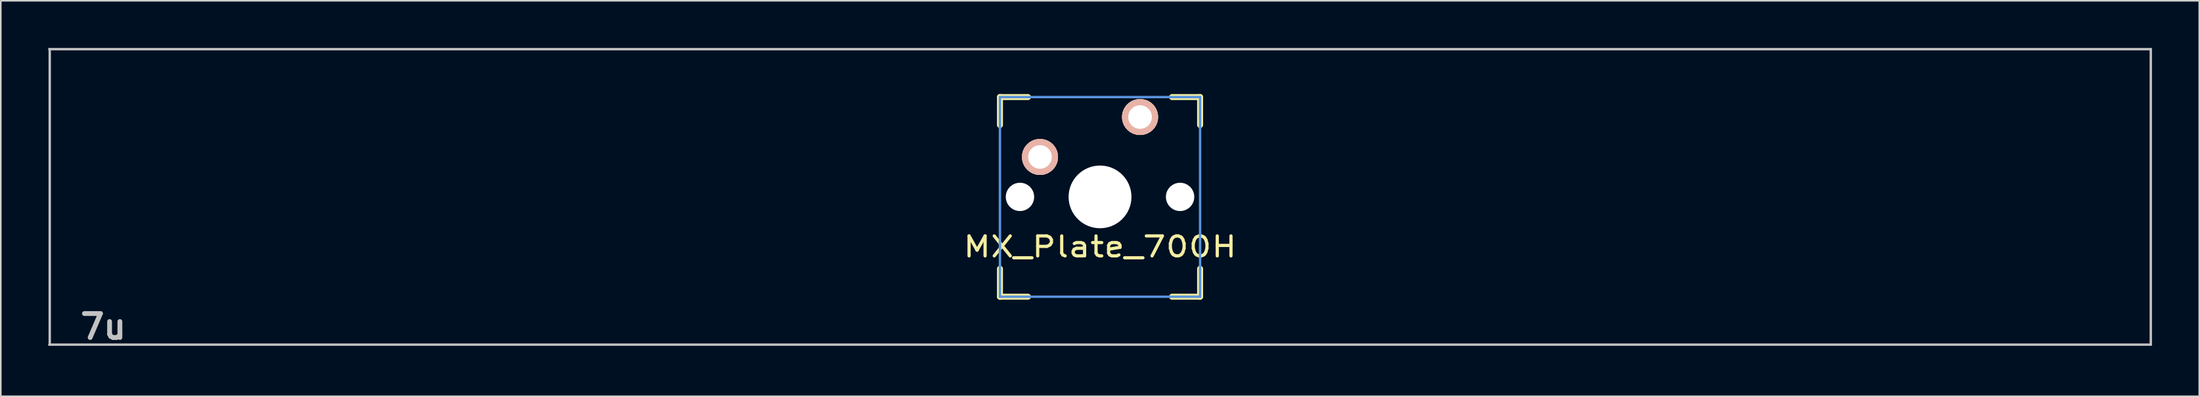
<source format=kicad_pcb>
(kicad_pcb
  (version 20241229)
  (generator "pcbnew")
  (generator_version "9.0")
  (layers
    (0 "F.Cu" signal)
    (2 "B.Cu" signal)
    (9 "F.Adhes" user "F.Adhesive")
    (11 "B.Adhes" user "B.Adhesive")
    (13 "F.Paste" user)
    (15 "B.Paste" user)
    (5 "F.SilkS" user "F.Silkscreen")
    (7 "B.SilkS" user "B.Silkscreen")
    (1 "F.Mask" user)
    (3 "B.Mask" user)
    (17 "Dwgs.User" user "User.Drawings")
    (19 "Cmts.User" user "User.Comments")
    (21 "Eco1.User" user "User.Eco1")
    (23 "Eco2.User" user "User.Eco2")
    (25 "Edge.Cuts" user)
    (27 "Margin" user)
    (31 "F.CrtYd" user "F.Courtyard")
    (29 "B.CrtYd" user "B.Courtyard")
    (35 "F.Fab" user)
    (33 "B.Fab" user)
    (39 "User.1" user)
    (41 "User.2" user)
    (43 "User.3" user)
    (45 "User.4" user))
  (footprint "MX_Plate_700H"
    (layer "F.Cu")
    (at 66.751 9.474)
    (property "Reference" "MX_Plate_700H" (at 0 3.175 0) (layer "F.SilkS") (effects (font (size 1.27 1.524) (thickness 0.203))))
    (attr through_hole)
    (fp_line (start -6.35 -6.35) (end -4.572 -6.35) (stroke (width 0.381) (type solid)) (layer "F.SilkS"))
    (fp_line (start -6.35 -4.572) (end -6.35 -6.35) (stroke (width 0.381) (type solid)) (layer "F.SilkS"))
    (fp_line (start -6.35 6.35) (end -6.35 4.572) (stroke (width 0.381) (type solid)) (layer "F.SilkS"))
    (fp_line (start -4.572 6.35) (end -6.35 6.35) (stroke (width 0.381) (type solid)) (layer "F.SilkS"))
    (fp_line (start 4.572 -6.35) (end 6.35 -6.35) (stroke (width 0.381) (type solid)) (layer "F.SilkS"))
    (fp_line (start 6.35 -6.35) (end 6.35 -4.572) (stroke (width 0.381) (type solid)) (layer "F.SilkS"))
    (fp_line (start 6.35 4.572) (end 6.35 6.35) (stroke (width 0.381) (type solid)) (layer "F.SilkS"))
    (fp_line (start 6.35 6.35) (end 4.572 6.35) (stroke (width 0.381) (type solid)) (layer "F.SilkS"))
    (fp_line (start -66.675 -9.398) (end 66.675 -9.398) (stroke (width 0.152) (type solid)) (layer "Dwgs.User"))
    (fp_line (start -66.645 9.398) (end -66.645 -9.398) (stroke (width 0.152) (type solid)) (layer "Dwgs.User"))
    (fp_line (start 66.675 -9.398) (end 66.675 9.398) (stroke (width 0.152) (type solid)) (layer "Dwgs.User"))
    (fp_line (start 66.675 9.398) (end -66.675 9.398) (stroke (width 0.152) (type solid)) (layer "Dwgs.User"))
    (fp_line (start -6.35 -6.35) (end 6.35 -6.35) (stroke (width 0.152) (type solid)) (layer "Cmts.User"))
    (fp_line (start -6.35 6.35) (end -6.35 -6.35) (stroke (width 0.152) (type solid)) (layer "Cmts.User"))
    (fp_line (start 6.35 -6.35) (end 6.35 6.35) (stroke (width 0.152) (type solid)) (layer "Cmts.User"))
    (fp_line (start 6.35 6.35) (end -6.35 6.35) (stroke (width 0.152) (type solid)) (layer "Cmts.User"))
    (fp_text user "7u" (at -63.246 8.255 0) (layer "Dwgs.User") (effects (font (size 1.524 1.524) (thickness 0.305))))
    (pad "" np_thru_hole circle (at -5.08 0) (size 1.8 1.8) (drill 1.8) (layers "*.Cu"))
    (pad "" np_thru_hole circle (at 0 0) (size 3.988 3.988) (drill 3.988) (layers "*.Cu"))
    (pad "" np_thru_hole circle (at 5.08 0) (size 1.8 1.8) (drill 1.8) (layers "*.Cu"))
    (pad "1" thru_hole circle (at -3.81 -2.54) (size 2.286 2.286) (drill 1.499) (layers "*.Cu" "*.SilkS" "*.Mask"))
    (pad "2" thru_hole circle (at 2.54 -5.08) (size 2.286 2.286) (drill 1.499) (layers "*.Cu" "*.SilkS" "*.Mask")))
  (gr_rect
    (start -3 -3)
    (end 136.502 22.156)
    (stroke (width 0.1) (type default))
    (fill no)
    (layer "Edge.Cuts")))
</source>
